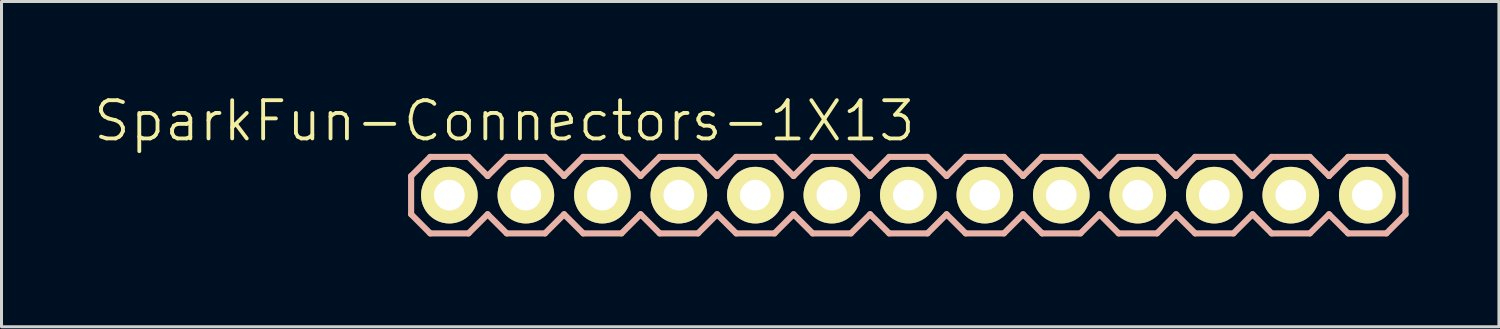
<source format=kicad_pcb>
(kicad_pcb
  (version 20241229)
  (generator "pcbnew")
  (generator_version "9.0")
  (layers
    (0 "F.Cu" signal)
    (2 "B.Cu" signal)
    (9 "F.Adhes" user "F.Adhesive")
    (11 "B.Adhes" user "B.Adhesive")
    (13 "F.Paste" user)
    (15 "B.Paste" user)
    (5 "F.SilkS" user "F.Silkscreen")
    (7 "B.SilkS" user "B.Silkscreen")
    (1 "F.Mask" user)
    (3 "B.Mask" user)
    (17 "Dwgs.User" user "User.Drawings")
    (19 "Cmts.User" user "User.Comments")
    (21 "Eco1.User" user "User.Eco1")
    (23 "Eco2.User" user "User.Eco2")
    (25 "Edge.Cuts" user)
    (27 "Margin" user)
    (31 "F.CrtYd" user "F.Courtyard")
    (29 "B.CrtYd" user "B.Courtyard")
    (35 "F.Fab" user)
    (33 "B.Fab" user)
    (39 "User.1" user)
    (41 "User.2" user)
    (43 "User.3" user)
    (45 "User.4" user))
  (footprint "SparkFun-Connectors-1X13"
    (layer "F.Cu")
    (at 11.872 3.43)
    (property "Reference" "SparkFun-Connectors-1X13" (at 1.829 -2.464 0) (layer "F.SilkS") (effects (font (size 1.27 1.27) (thickness 0.127))))
    (attr exclude_from_pos_files exclude_from_bom)
    (fp_line (start -0.254 -0.254) (end 0.254 -0.254) (stroke (width 0.066) (type solid)) (layer "F.SilkS"))
    (fp_line (start -0.254 0.254) (end -0.254 -0.254) (stroke (width 0.066) (type solid)) (layer "F.SilkS"))
    (fp_line (start -0.254 0.254) (end 0.254 0.254) (stroke (width 0.066) (type solid)) (layer "F.SilkS"))
    (fp_line (start 0.254 0.254) (end 0.254 -0.254) (stroke (width 0.066) (type solid)) (layer "F.SilkS"))
    (fp_line (start 2.286 -0.254) (end 2.794 -0.254) (stroke (width 0.066) (type solid)) (layer "F.SilkS"))
    (fp_line (start 2.286 0.254) (end 2.286 -0.254) (stroke (width 0.066) (type solid)) (layer "F.SilkS"))
    (fp_line (start 2.286 0.254) (end 2.794 0.254) (stroke (width 0.066) (type solid)) (layer "F.SilkS"))
    (fp_line (start 2.794 0.254) (end 2.794 -0.254) (stroke (width 0.066) (type solid)) (layer "F.SilkS"))
    (fp_line (start 4.826 -0.254) (end 5.334 -0.254) (stroke (width 0.066) (type solid)) (layer "F.SilkS"))
    (fp_line (start 4.826 0.254) (end 4.826 -0.254) (stroke (width 0.066) (type solid)) (layer "F.SilkS"))
    (fp_line (start 4.826 0.254) (end 5.334 0.254) (stroke (width 0.066) (type solid)) (layer "F.SilkS"))
    (fp_line (start 5.334 0.254) (end 5.334 -0.254) (stroke (width 0.066) (type solid)) (layer "F.SilkS"))
    (fp_line (start 7.366 -0.254) (end 7.874 -0.254) (stroke (width 0.066) (type solid)) (layer "F.SilkS"))
    (fp_line (start 7.366 0.254) (end 7.366 -0.254) (stroke (width 0.066) (type solid)) (layer "F.SilkS"))
    (fp_line (start 7.366 0.254) (end 7.874 0.254) (stroke (width 0.066) (type solid)) (layer "F.SilkS"))
    (fp_line (start 7.874 0.254) (end 7.874 -0.254) (stroke (width 0.066) (type solid)) (layer "F.SilkS"))
    (fp_line (start 9.906 -0.254) (end 10.414 -0.254) (stroke (width 0.066) (type solid)) (layer "F.SilkS"))
    (fp_line (start 9.906 0.254) (end 9.906 -0.254) (stroke (width 0.066) (type solid)) (layer "F.SilkS"))
    (fp_line (start 9.906 0.254) (end 10.414 0.254) (stroke (width 0.066) (type solid)) (layer "F.SilkS"))
    (fp_line (start 10.414 0.254) (end 10.414 -0.254) (stroke (width 0.066) (type solid)) (layer "F.SilkS"))
    (fp_line (start 12.446 -0.254) (end 12.954 -0.254) (stroke (width 0.066) (type solid)) (layer "F.SilkS"))
    (fp_line (start 12.446 0.254) (end 12.446 -0.254) (stroke (width 0.066) (type solid)) (layer "F.SilkS"))
    (fp_line (start 12.446 0.254) (end 12.954 0.254) (stroke (width 0.066) (type solid)) (layer "F.SilkS"))
    (fp_line (start 12.954 0.254) (end 12.954 -0.254) (stroke (width 0.066) (type solid)) (layer "F.SilkS"))
    (fp_line (start 14.986 -0.254) (end 15.494 -0.254) (stroke (width 0.066) (type solid)) (layer "F.SilkS"))
    (fp_line (start 14.986 0.254) (end 14.986 -0.254) (stroke (width 0.066) (type solid)) (layer "F.SilkS"))
    (fp_line (start 14.986 0.254) (end 15.494 0.254) (stroke (width 0.066) (type solid)) (layer "F.SilkS"))
    (fp_line (start 15.494 0.254) (end 15.494 -0.254) (stroke (width 0.066) (type solid)) (layer "F.SilkS"))
    (fp_line (start 17.523 -0.254) (end 18.034 -0.254) (stroke (width 0.066) (type solid)) (layer "F.SilkS"))
    (fp_line (start 17.523 0.254) (end 17.523 -0.254) (stroke (width 0.066) (type solid)) (layer "F.SilkS"))
    (fp_line (start 17.523 0.254) (end 18.034 0.254) (stroke (width 0.066) (type solid)) (layer "F.SilkS"))
    (fp_line (start 18.034 0.254) (end 18.034 -0.254) (stroke (width 0.066) (type solid)) (layer "F.SilkS"))
    (fp_line (start 20.066 -0.254) (end 20.574 -0.254) (stroke (width 0.066) (type solid)) (layer "F.SilkS"))
    (fp_line (start 20.066 0.254) (end 20.066 -0.254) (stroke (width 0.066) (type solid)) (layer "F.SilkS"))
    (fp_line (start 20.066 0.254) (end 20.574 0.254) (stroke (width 0.066) (type solid)) (layer "F.SilkS"))
    (fp_line (start 20.574 0.254) (end 20.574 -0.254) (stroke (width 0.066) (type solid)) (layer "F.SilkS"))
    (fp_line (start 22.606 -0.254) (end 23.114 -0.254) (stroke (width 0.066) (type solid)) (layer "F.SilkS"))
    (fp_line (start 22.606 0.254) (end 22.606 -0.254) (stroke (width 0.066) (type solid)) (layer "F.SilkS"))
    (fp_line (start 22.606 0.254) (end 23.114 0.254) (stroke (width 0.066) (type solid)) (layer "F.SilkS"))
    (fp_line (start 23.114 0.254) (end 23.114 -0.254) (stroke (width 0.066) (type solid)) (layer "F.SilkS"))
    (fp_line (start 25.146 -0.254) (end 25.654 -0.254) (stroke (width 0.066) (type solid)) (layer "F.SilkS"))
    (fp_line (start 25.146 0.254) (end 25.146 -0.254) (stroke (width 0.066) (type solid)) (layer "F.SilkS"))
    (fp_line (start 25.146 0.254) (end 25.654 0.254) (stroke (width 0.066) (type solid)) (layer "F.SilkS"))
    (fp_line (start 25.654 0.254) (end 25.654 -0.254) (stroke (width 0.066) (type solid)) (layer "F.SilkS"))
    (fp_line (start 27.686 -0.254) (end 28.194 -0.254) (stroke (width 0.066) (type solid)) (layer "F.SilkS"))
    (fp_line (start 27.686 0.254) (end 27.686 -0.254) (stroke (width 0.066) (type solid)) (layer "F.SilkS"))
    (fp_line (start 27.686 0.254) (end 28.194 0.254) (stroke (width 0.066) (type solid)) (layer "F.SilkS"))
    (fp_line (start 28.194 0.254) (end 28.194 -0.254) (stroke (width 0.066) (type solid)) (layer "F.SilkS"))
    (fp_line (start 30.226 -0.254) (end 30.734 -0.254) (stroke (width 0.066) (type solid)) (layer "F.SilkS"))
    (fp_line (start 30.226 0.254) (end 30.226 -0.254) (stroke (width 0.066) (type solid)) (layer "F.SilkS"))
    (fp_line (start 30.226 0.254) (end 30.734 0.254) (stroke (width 0.066) (type solid)) (layer "F.SilkS"))
    (fp_line (start 30.734 0.254) (end 30.734 -0.254) (stroke (width 0.066) (type solid)) (layer "F.SilkS"))
    (fp_line (start -1.27 -0.635) (end -1.27 0.635) (stroke (width 0.203) (type solid)) (layer "B.SilkS"))
    (fp_line (start -1.27 0.635) (end -0.635 1.27) (stroke (width 0.203) (type solid)) (layer "B.SilkS"))
    (fp_line (start -0.635 -1.27) (end -1.27 -0.635) (stroke (width 0.203) (type solid)) (layer "B.SilkS"))
    (fp_line (start -0.635 -1.27) (end 0.635 -1.27) (stroke (width 0.203) (type solid)) (layer "B.SilkS"))
    (fp_line (start 0.635 -1.27) (end 1.27 -0.635) (stroke (width 0.203) (type solid)) (layer "B.SilkS"))
    (fp_line (start 0.635 1.27) (end -0.635 1.27) (stroke (width 0.203) (type solid)) (layer "B.SilkS"))
    (fp_line (start 1.27 -0.635) (end 1.905 -1.27) (stroke (width 0.203) (type solid)) (layer "B.SilkS"))
    (fp_line (start 1.27 0.635) (end 0.635 1.27) (stroke (width 0.203) (type solid)) (layer "B.SilkS"))
    (fp_line (start 1.905 -1.27) (end 3.175 -1.27) (stroke (width 0.203) (type solid)) (layer "B.SilkS"))
    (fp_line (start 1.905 1.27) (end 1.27 0.635) (stroke (width 0.203) (type solid)) (layer "B.SilkS"))
    (fp_line (start 3.175 -1.27) (end 3.81 -0.635) (stroke (width 0.203) (type solid)) (layer "B.SilkS"))
    (fp_line (start 3.175 1.27) (end 1.905 1.27) (stroke (width 0.203) (type solid)) (layer "B.SilkS"))
    (fp_line (start 3.81 -0.635) (end 4.445 -1.27) (stroke (width 0.203) (type solid)) (layer "B.SilkS"))
    (fp_line (start 3.81 0.635) (end 3.175 1.27) (stroke (width 0.203) (type solid)) (layer "B.SilkS"))
    (fp_line (start 4.445 -1.27) (end 5.715 -1.27) (stroke (width 0.203) (type solid)) (layer "B.SilkS"))
    (fp_line (start 4.445 1.27) (end 3.81 0.635) (stroke (width 0.203) (type solid)) (layer "B.SilkS"))
    (fp_line (start 5.715 -1.27) (end 6.35 -0.635) (stroke (width 0.203) (type solid)) (layer "B.SilkS"))
    (fp_line (start 5.715 1.27) (end 4.445 1.27) (stroke (width 0.203) (type solid)) (layer "B.SilkS"))
    (fp_line (start 6.35 0.635) (end 5.715 1.27) (stroke (width 0.203) (type solid)) (layer "B.SilkS"))
    (fp_line (start 6.35 0.635) (end 6.985 1.27) (stroke (width 0.203) (type solid)) (layer "B.SilkS"))
    (fp_line (start 6.985 -1.27) (end 6.35 -0.635) (stroke (width 0.203) (type solid)) (layer "B.SilkS"))
    (fp_line (start 6.985 -1.27) (end 8.255 -1.27) (stroke (width 0.203) (type solid)) (layer "B.SilkS"))
    (fp_line (start 8.255 -1.27) (end 8.89 -0.635) (stroke (width 0.203) (type solid)) (layer "B.SilkS"))
    (fp_line (start 8.255 1.27) (end 6.985 1.27) (stroke (width 0.203) (type solid)) (layer "B.SilkS"))
    (fp_line (start 8.89 -0.635) (end 9.525 -1.27) (stroke (width 0.203) (type solid)) (layer "B.SilkS"))
    (fp_line (start 8.89 0.635) (end 8.255 1.27) (stroke (width 0.203) (type solid)) (layer "B.SilkS"))
    (fp_line (start 9.525 -1.27) (end 10.795 -1.27) (stroke (width 0.203) (type solid)) (layer "B.SilkS"))
    (fp_line (start 9.525 1.27) (end 8.89 0.635) (stroke (width 0.203) (type solid)) (layer "B.SilkS"))
    (fp_line (start 10.795 -1.27) (end 11.43 -0.635) (stroke (width 0.203) (type solid)) (layer "B.SilkS"))
    (fp_line (start 10.795 1.27) (end 9.525 1.27) (stroke (width 0.203) (type solid)) (layer "B.SilkS"))
    (fp_line (start 11.43 -0.635) (end 12.065 -1.27) (stroke (width 0.203) (type solid)) (layer "B.SilkS"))
    (fp_line (start 11.43 0.635) (end 10.795 1.27) (stroke (width 0.203) (type solid)) (layer "B.SilkS"))
    (fp_line (start 12.065 -1.27) (end 13.335 -1.27) (stroke (width 0.203) (type solid)) (layer "B.SilkS"))
    (fp_line (start 12.065 1.27) (end 11.43 0.635) (stroke (width 0.203) (type solid)) (layer "B.SilkS"))
    (fp_line (start 13.335 -1.27) (end 13.97 -0.635) (stroke (width 0.203) (type solid)) (layer "B.SilkS"))
    (fp_line (start 13.335 1.27) (end 12.065 1.27) (stroke (width 0.203) (type solid)) (layer "B.SilkS"))
    (fp_line (start 13.97 0.635) (end 13.335 1.27) (stroke (width 0.203) (type solid)) (layer "B.SilkS"))
    (fp_line (start 13.97 0.635) (end 14.605 1.27) (stroke (width 0.203) (type solid)) (layer "B.SilkS"))
    (fp_line (start 14.605 -1.27) (end 13.97 -0.635) (stroke (width 0.203) (type solid)) (layer "B.SilkS"))
    (fp_line (start 14.605 -1.27) (end 15.875 -1.27) (stroke (width 0.203) (type solid)) (layer "B.SilkS"))
    (fp_line (start 15.875 -1.27) (end 16.51 -0.635) (stroke (width 0.203) (type solid)) (layer "B.SilkS"))
    (fp_line (start 15.875 1.27) (end 14.605 1.27) (stroke (width 0.203) (type solid)) (layer "B.SilkS"))
    (fp_line (start 16.51 0.635) (end 15.875 1.27) (stroke (width 0.203) (type solid)) (layer "B.SilkS"))
    (fp_line (start 16.51 0.635) (end 17.145 1.27) (stroke (width 0.203) (type solid)) (layer "B.SilkS"))
    (fp_line (start 17.145 -1.27) (end 16.51 -0.635) (stroke (width 0.203) (type solid)) (layer "B.SilkS"))
    (fp_line (start 17.145 -1.27) (end 18.415 -1.27) (stroke (width 0.203) (type solid)) (layer "B.SilkS"))
    (fp_line (start 18.415 -1.27) (end 19.05 -0.635) (stroke (width 0.203) (type solid)) (layer "B.SilkS"))
    (fp_line (start 18.415 1.27) (end 17.145 1.27) (stroke (width 0.203) (type solid)) (layer "B.SilkS"))
    (fp_line (start 19.05 -0.635) (end 19.685 -1.27) (stroke (width 0.203) (type solid)) (layer "B.SilkS"))
    (fp_line (start 19.05 0.635) (end 18.415 1.27) (stroke (width 0.203) (type solid)) (layer "B.SilkS"))
    (fp_line (start 19.685 -1.27) (end 20.955 -1.27) (stroke (width 0.203) (type solid)) (layer "B.SilkS"))
    (fp_line (start 19.685 1.27) (end 19.05 0.635) (stroke (width 0.203) (type solid)) (layer "B.SilkS"))
    (fp_line (start 20.955 -1.27) (end 21.59 -0.635) (stroke (width 0.203) (type solid)) (layer "B.SilkS"))
    (fp_line (start 20.955 1.27) (end 19.685 1.27) (stroke (width 0.203) (type solid)) (layer "B.SilkS"))
    (fp_line (start 21.59 -0.635) (end 22.225 -1.27) (stroke (width 0.203) (type solid)) (layer "B.SilkS"))
    (fp_line (start 21.59 0.635) (end 20.955 1.27) (stroke (width 0.203) (type solid)) (layer "B.SilkS"))
    (fp_line (start 22.225 -1.27) (end 23.495 -1.27) (stroke (width 0.203) (type solid)) (layer "B.SilkS"))
    (fp_line (start 22.225 1.27) (end 21.59 0.635) (stroke (width 0.203) (type solid)) (layer "B.SilkS"))
    (fp_line (start 23.495 -1.27) (end 24.13 -0.635) (stroke (width 0.203) (type solid)) (layer "B.SilkS"))
    (fp_line (start 23.495 1.27) (end 22.225 1.27) (stroke (width 0.203) (type solid)) (layer "B.SilkS"))
    (fp_line (start 24.13 0.635) (end 23.495 1.27) (stroke (width 0.203) (type solid)) (layer "B.SilkS"))
    (fp_line (start 24.13 0.635) (end 24.765 1.27) (stroke (width 0.203) (type solid)) (layer "B.SilkS"))
    (fp_line (start 24.765 -1.27) (end 24.13 -0.635) (stroke (width 0.203) (type solid)) (layer "B.SilkS"))
    (fp_line (start 24.765 -1.27) (end 26.035 -1.27) (stroke (width 0.203) (type solid)) (layer "B.SilkS"))
    (fp_line (start 26.035 -1.27) (end 26.67 -0.635) (stroke (width 0.203) (type solid)) (layer "B.SilkS"))
    (fp_line (start 26.035 1.27) (end 24.765 1.27) (stroke (width 0.203) (type solid)) (layer "B.SilkS"))
    (fp_line (start 26.67 -0.635) (end 27.305 -1.27) (stroke (width 0.203) (type solid)) (layer "B.SilkS"))
    (fp_line (start 26.67 0.635) (end 26.035 1.27) (stroke (width 0.203) (type solid)) (layer "B.SilkS"))
    (fp_line (start 27.305 -1.27) (end 28.575 -1.27) (stroke (width 0.203) (type solid)) (layer "B.SilkS"))
    (fp_line (start 27.305 1.27) (end 26.67 0.635) (stroke (width 0.203) (type solid)) (layer "B.SilkS"))
    (fp_line (start 28.575 -1.27) (end 29.21 -0.635) (stroke (width 0.203) (type solid)) (layer "B.SilkS"))
    (fp_line (start 28.575 1.27) (end 27.305 1.27) (stroke (width 0.203) (type solid)) (layer "B.SilkS"))
    (fp_line (start 29.21 -0.635) (end 29.845 -1.27) (stroke (width 0.203) (type solid)) (layer "B.SilkS"))
    (fp_line (start 29.21 0.635) (end 28.575 1.27) (stroke (width 0.203) (type solid)) (layer "B.SilkS"))
    (fp_line (start 29.845 -1.27) (end 31.115 -1.27) (stroke (width 0.203) (type solid)) (layer "B.SilkS"))
    (fp_line (start 29.845 1.27) (end 29.21 0.635) (stroke (width 0.203) (type solid)) (layer "B.SilkS"))
    (fp_line (start 31.115 -1.27) (end 31.75 -0.635) (stroke (width 0.203) (type solid)) (layer "B.SilkS"))
    (fp_line (start 31.115 1.27) (end 29.845 1.27) (stroke (width 0.203) (type solid)) (layer "B.SilkS"))
    (fp_line (start 31.75 0.635) (end 31.115 1.27) (stroke (width 0.203) (type solid)) (layer "B.SilkS"))
    (fp_line (start 31.75 0.635) (end 31.75 -0.635) (stroke (width 0.203) (type solid)) (layer "B.SilkS"))
    (pad "1" thru_hole circle (at 0 0) (size 1.88 1.88) (drill 1.016) (layers "*.Cu" "F.Mask" "F.SilkS" "F.Paste"))
    (pad "2" thru_hole circle (at 2.54 0) (size 1.88 1.88) (drill 1.016) (layers "*.Cu" "F.Mask" "F.SilkS" "F.Paste"))
    (pad "3" thru_hole circle (at 5.08 0) (size 1.88 1.88) (drill 1.016) (layers "*.Cu" "F.Mask" "F.SilkS" "F.Paste"))
    (pad "4" thru_hole circle (at 7.62 0) (size 1.88 1.88) (drill 1.016) (layers "*.Cu" "F.Mask" "F.SilkS" "F.Paste"))
    (pad "5" thru_hole circle (at 10.16 0) (size 1.88 1.88) (drill 1.016) (layers "*.Cu" "F.Mask" "F.SilkS" "F.Paste"))
    (pad "6" thru_hole circle (at 12.7 0) (size 1.88 1.88) (drill 1.016) (layers "*.Cu" "F.Mask" "F.SilkS" "F.Paste"))
    (pad "7" thru_hole circle (at 15.24 0) (size 1.88 1.88) (drill 1.016) (layers "*.Cu" "F.Mask" "F.SilkS" "F.Paste"))
    (pad "8" thru_hole circle (at 17.78 0) (size 1.88 1.88) (drill 1.016) (layers "*.Cu" "F.Mask" "F.SilkS" "F.Paste"))
    (pad "9" thru_hole circle (at 20.32 0) (size 1.88 1.88) (drill 1.016) (layers "*.Cu" "F.Mask" "F.SilkS" "F.Paste"))
    (pad "10" thru_hole circle (at 22.86 0) (size 1.88 1.88) (drill 1.016) (layers "*.Cu" "F.Mask" "F.SilkS" "F.Paste"))
    (pad "11" thru_hole circle (at 25.4 0) (size 1.88 1.88) (drill 1.016) (layers "*.Cu" "F.Mask" "F.SilkS" "F.Paste"))
    (pad "12" thru_hole circle (at 27.94 0) (size 1.88 1.88) (drill 1.016) (layers "*.Cu" "F.Mask" "F.SilkS" "F.Paste"))
    (pad "13" thru_hole circle (at 30.48 0) (size 1.88 1.88) (drill 1.016) (layers "*.Cu" "F.Mask" "F.SilkS" "F.Paste")))
  (gr_rect
    (start -3 -3)
    (end 46.724 7.801)
    (stroke (width 0.1) (type default))
    (fill no)
    (layer "Edge.Cuts")))
</source>
